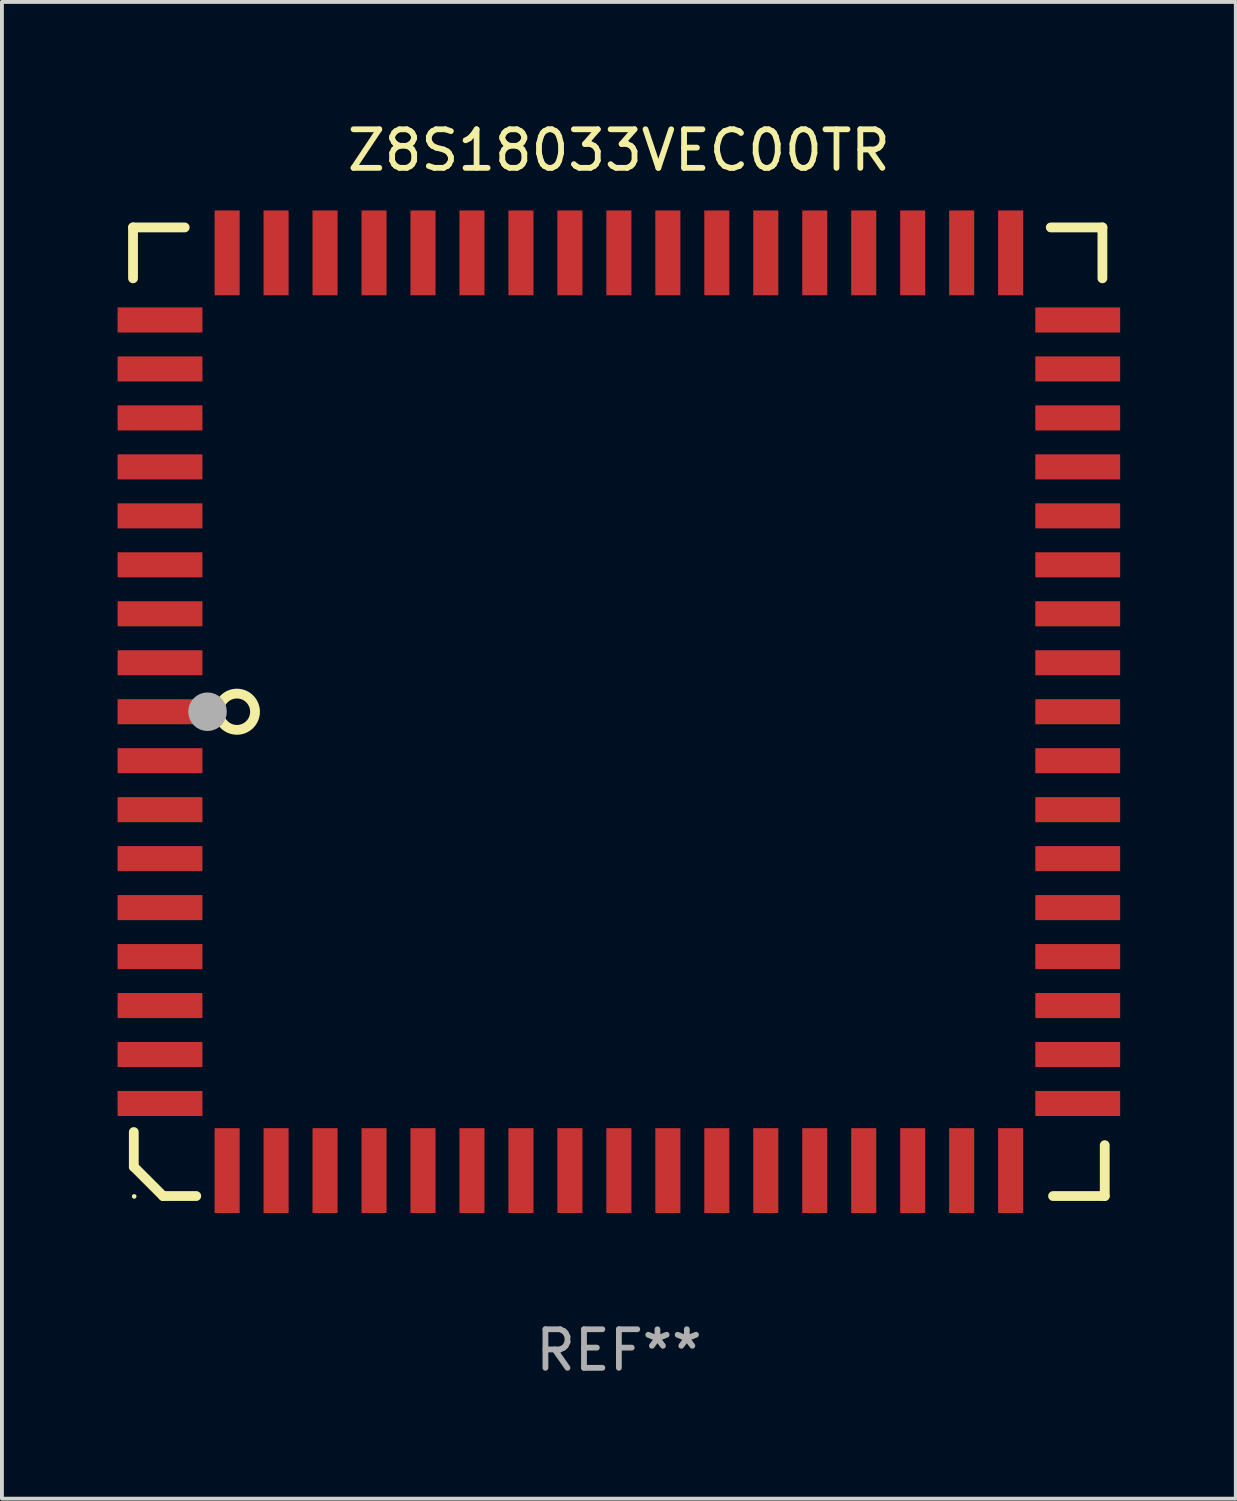
<source format=kicad_pcb>
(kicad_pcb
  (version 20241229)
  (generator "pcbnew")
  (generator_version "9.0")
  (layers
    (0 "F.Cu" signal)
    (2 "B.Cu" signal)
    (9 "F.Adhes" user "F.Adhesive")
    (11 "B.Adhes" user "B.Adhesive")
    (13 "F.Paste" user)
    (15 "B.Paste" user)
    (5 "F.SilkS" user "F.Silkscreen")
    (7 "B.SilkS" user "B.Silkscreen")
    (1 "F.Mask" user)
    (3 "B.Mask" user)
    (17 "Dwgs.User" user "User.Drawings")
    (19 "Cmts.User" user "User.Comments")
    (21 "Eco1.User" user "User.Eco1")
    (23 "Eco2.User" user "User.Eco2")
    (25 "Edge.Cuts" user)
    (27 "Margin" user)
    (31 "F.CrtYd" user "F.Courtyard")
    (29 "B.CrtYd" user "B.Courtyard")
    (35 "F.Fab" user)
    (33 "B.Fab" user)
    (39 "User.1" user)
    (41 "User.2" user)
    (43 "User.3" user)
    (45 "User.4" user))
  (footprint "Z8S18033VEC00TR"
    (layer "F.Cu")
    (at 13 15.408)
    (property "Reference" "Z8S18033VEC00TR" (at 0 -14.56 0) (layer "F.SilkS") (effects (font (size 1 1) (thickness 0.15))))
    (attr through_hole)
    (fp_line (start -12.6 -12.56) (end -12.6 -11.24) (stroke (width 0.254) (type solid)) (layer "F.SilkS"))
    (fp_line (start -12.58 10.9) (end -12.58 11.8) (stroke (width 0.254) (type solid)) (layer "F.SilkS"))
    (fp_line (start -12.58 11.8) (end -11.82 12.56) (stroke (width 0.254) (type solid)) (layer "F.SilkS"))
    (fp_line (start -11.82 12.56) (end -10.96 12.56) (stroke (width 0.254) (type solid)) (layer "F.SilkS"))
    (fp_line (start -11.26 -12.56) (end -12.6 -12.56) (stroke (width 0.254) (type solid)) (layer "F.SilkS"))
    (fp_line (start 11.2 -12.56) (end 12.54 -12.56) (stroke (width 0.254) (type solid)) (layer "F.SilkS"))
    (fp_line (start 11.26 12.56) (end 12.6 12.56) (stroke (width 0.254) (type solid)) (layer "F.SilkS"))
    (fp_line (start 12.54 -12.56) (end 12.54 -11.24) (stroke (width 0.254) (type solid)) (layer "F.SilkS"))
    (fp_line (start 12.6 12.56) (end 12.6 11.24) (stroke (width 0.254) (type solid)) (layer "F.SilkS"))
    (fp_circle (center -12.57 12.57) (end -12.54 12.57) (stroke (width 0.06) (type solid)) (fill no) (layer "F.SilkS"))
    (fp_circle (center -9.906 0) (end -9.436 0) (stroke (width 0.254) (type solid)) (fill no) (layer "F.SilkS"))
    (fp_circle (center -10.668 0) (end -10.418 0) (stroke (width 0.5) (type solid)) (fill no) (layer "F.Fab"))
    (fp_text user "REF**" (at 0 16.56 0) (layer "F.Fab") (effects (font (size 1 1) (thickness 0.15))))
    (pad "1" smd rect (at -11.9 -0.000076 270) (size 0.65 2.2) (layers "F.Cu" "F.Mask" "F.Paste"))
    (pad "2" smd rect (at -11.9 1.27 270) (size 0.65 2.2) (layers "F.Cu" "F.Mask" "F.Paste"))
    (pad "3" smd rect (at -11.9 2.54 270) (size 0.65 2.2) (layers "F.Cu" "F.Mask" "F.Paste"))
    (pad "4" smd rect (at -11.9 3.81 270) (size 0.65 2.2) (layers "F.Cu" "F.Mask" "F.Paste"))
    (pad "5" smd rect (at -11.9 5.08 270) (size 0.65 2.2) (layers "F.Cu" "F.Mask" "F.Paste"))
    (pad "6" smd rect (at -11.9 6.35 270) (size 0.65 2.2) (layers "F.Cu" "F.Mask" "F.Paste"))
    (pad "7" smd rect (at -11.9 7.62 270) (size 0.65 2.2) (layers "F.Cu" "F.Mask" "F.Paste"))
    (pad "8" smd rect (at -11.9 8.89 270) (size 0.65 2.2) (layers "F.Cu" "F.Mask" "F.Paste"))
    (pad "9" smd rect (at -11.9 10.16 270) (size 0.65 2.2) (layers "F.Cu" "F.Mask" "F.Paste"))
    (pad "10" smd rect (at -10.16 11.9 270) (size 2.2 0.65) (layers "F.Cu" "F.Mask" "F.Paste"))
    (pad "11" smd rect (at -8.89 11.9 270) (size 2.2 0.65) (layers "F.Cu" "F.Mask" "F.Paste"))
    (pad "12" smd rect (at -7.62 11.9 270) (size 2.2 0.65) (layers "F.Cu" "F.Mask" "F.Paste"))
    (pad "13" smd rect (at -6.35 11.9 270) (size 2.2 0.65) (layers "F.Cu" "F.Mask" "F.Paste"))
    (pad "14" smd rect (at -5.08 11.9 270) (size 2.2 0.65) (layers "F.Cu" "F.Mask" "F.Paste"))
    (pad "15" smd rect (at -3.81 11.9 270) (size 2.2 0.65) (layers "F.Cu" "F.Mask" "F.Paste"))
    (pad "16" smd rect (at -2.54 11.9 270) (size 2.2 0.65) (layers "F.Cu" "F.Mask" "F.Paste"))
    (pad "17" smd rect (at -1.27 11.9 270) (size 2.2 0.65) (layers "F.Cu" "F.Mask" "F.Paste"))
    (pad "18" smd rect (at 0 11.9 270) (size 2.2 0.65) (layers "F.Cu" "F.Mask" "F.Paste"))
    (pad "19" smd rect (at 1.27 11.9 270) (size 2.2 0.65) (layers "F.Cu" "F.Mask" "F.Paste"))
    (pad "20" smd rect (at 2.54 11.9 270) (size 2.2 0.65) (layers "F.Cu" "F.Mask" "F.Paste"))
    (pad "21" smd rect (at 3.81 11.9 270) (size 2.2 0.65) (layers "F.Cu" "F.Mask" "F.Paste"))
    (pad "22" smd rect (at 5.08 11.9 270) (size 2.2 0.65) (layers "F.Cu" "F.Mask" "F.Paste"))
    (pad "23" smd rect (at 6.35 11.9 270) (size 2.2 0.65) (layers "F.Cu" "F.Mask" "F.Paste"))
    (pad "24" smd rect (at 7.62 11.9 270) (size 2.2 0.65) (layers "F.Cu" "F.Mask" "F.Paste"))
    (pad "25" smd rect (at 8.89 11.9 270) (size 2.2 0.65) (layers "F.Cu" "F.Mask" "F.Paste"))
    (pad "26" smd rect (at 10.16 11.9 270) (size 2.2 0.65) (layers "F.Cu" "F.Mask" "F.Paste"))
    (pad "27" smd rect (at 11.9 10.16 270) (size 0.65 2.2) (layers "F.Cu" "F.Mask" "F.Paste"))
    (pad "28" smd rect (at 11.9 8.89 270) (size 0.65 2.2) (layers "F.Cu" "F.Mask" "F.Paste"))
    (pad "29" smd rect (at 11.9 7.62 270) (size 0.65 2.2) (layers "F.Cu" "F.Mask" "F.Paste"))
    (pad "30" smd rect (at 11.9 6.35 270) (size 0.65 2.2) (layers "F.Cu" "F.Mask" "F.Paste"))
    (pad "31" smd rect (at 11.9 5.08 270) (size 0.65 2.2) (layers "F.Cu" "F.Mask" "F.Paste"))
    (pad "32" smd rect (at 11.9 3.81 270) (size 0.65 2.2) (layers "F.Cu" "F.Mask" "F.Paste"))
    (pad "33" smd rect (at 11.9 2.54 270) (size 0.65 2.2) (layers "F.Cu" "F.Mask" "F.Paste"))
    (pad "34" smd rect (at 11.9 1.27 270) (size 0.65 2.2) (layers "F.Cu" "F.Mask" "F.Paste"))
    (pad "35" smd rect (at 11.9 -0.000076 270) (size 0.65 2.2) (layers "F.Cu" "F.Mask" "F.Paste"))
    (pad "36" smd rect (at 11.9 -1.27 270) (size 0.65 2.2) (layers "F.Cu" "F.Mask" "F.Paste"))
    (pad "37" smd rect (at 11.9 -2.54 270) (size 0.65 2.2) (layers "F.Cu" "F.Mask" "F.Paste"))
    (pad "38" smd rect (at 11.9 -3.81 270) (size 0.65 2.2) (layers "F.Cu" "F.Mask" "F.Paste"))
    (pad "39" smd rect (at 11.9 -5.08 270) (size 0.65 2.2) (layers "F.Cu" "F.Mask" "F.Paste"))
    (pad "40" smd rect (at 11.9 -6.35 270) (size 0.65 2.2) (layers "F.Cu" "F.Mask" "F.Paste"))
    (pad "41" smd rect (at 11.9 -7.62 270) (size 0.65 2.2) (layers "F.Cu" "F.Mask" "F.Paste"))
    (pad "42" smd rect (at 11.9 -8.89 270) (size 0.65 2.2) (layers "F.Cu" "F.Mask" "F.Paste"))
    (pad "43" smd rect (at 11.9 -10.16 270) (size 0.65 2.2) (layers "F.Cu" "F.Mask" "F.Paste"))
    (pad "44" smd rect (at 10.16 -11.9 270) (size 2.2 0.65) (layers "F.Cu" "F.Mask" "F.Paste"))
    (pad "45" smd rect (at 8.89 -11.9 270) (size 2.2 0.65) (layers "F.Cu" "F.Mask" "F.Paste"))
    (pad "46" smd rect (at 7.62 -11.9 270) (size 2.2 0.65) (layers "F.Cu" "F.Mask" "F.Paste"))
    (pad "47" smd rect (at 6.35 -11.9 270) (size 2.2 0.65) (layers "F.Cu" "F.Mask" "F.Paste"))
    (pad "48" smd rect (at 5.08 -11.9 270) (size 2.2 0.65) (layers "F.Cu" "F.Mask" "F.Paste"))
    (pad "49" smd rect (at 3.81 -11.9 270) (size 2.2 0.65) (layers "F.Cu" "F.Mask" "F.Paste"))
    (pad "50" smd rect (at 2.54 -11.9 270) (size 2.2 0.65) (layers "F.Cu" "F.Mask" "F.Paste"))
    (pad "51" smd rect (at 1.27 -11.9 270) (size 2.2 0.65) (layers "F.Cu" "F.Mask" "F.Paste"))
    (pad "52" smd rect (at 0 -11.9 270) (size 2.2 0.65) (layers "F.Cu" "F.Mask" "F.Paste"))
    (pad "53" smd rect (at -1.27 -11.9 270) (size 2.2 0.65) (layers "F.Cu" "F.Mask" "F.Paste"))
    (pad "54" smd rect (at -2.54 -11.9 270) (size 2.2 0.65) (layers "F.Cu" "F.Mask" "F.Paste"))
    (pad "55" smd rect (at -3.81 -11.9 270) (size 2.2 0.65) (layers "F.Cu" "F.Mask" "F.Paste"))
    (pad "56" smd rect (at -5.08 -11.9 270) (size 2.2 0.65) (layers "F.Cu" "F.Mask" "F.Paste"))
    (pad "57" smd rect (at -6.35 -11.9 270) (size 2.2 0.65) (layers "F.Cu" "F.Mask" "F.Paste"))
    (pad "58" smd rect (at -7.62 -11.9 270) (size 2.2 0.65) (layers "F.Cu" "F.Mask" "F.Paste"))
    (pad "59" smd rect (at -8.89 -11.9 270) (size 2.2 0.65) (layers "F.Cu" "F.Mask" "F.Paste"))
    (pad "60" smd rect (at -10.16 -11.9 270) (size 2.2 0.65) (layers "F.Cu" "F.Mask" "F.Paste"))
    (pad "61" smd rect (at -11.9 -10.16 270) (size 0.65 2.2) (layers "F.Cu" "F.Mask" "F.Paste"))
    (pad "62" smd rect (at -11.9 -8.89 270) (size 0.65 2.2) (layers "F.Cu" "F.Mask" "F.Paste"))
    (pad "63" smd rect (at -11.9 -7.62 270) (size 0.65 2.2) (layers "F.Cu" "F.Mask" "F.Paste"))
    (pad "64" smd rect (at -11.9 -6.35 270) (size 0.65 2.2) (layers "F.Cu" "F.Mask" "F.Paste"))
    (pad "65" smd rect (at -11.9 -5.08 270) (size 0.65 2.2) (layers "F.Cu" "F.Mask" "F.Paste"))
    (pad "66" smd rect (at -11.9 -3.81 270) (size 0.65 2.2) (layers "F.Cu" "F.Mask" "F.Paste"))
    (pad "67" smd rect (at -11.9 -2.54 270) (size 0.65 2.2) (layers "F.Cu" "F.Mask" "F.Paste"))
    (pad "68" smd rect (at -11.9 -1.27 270) (size 0.65 2.2) (layers "F.Cu" "F.Mask" "F.Paste")))
  (gr_rect
    (start -3 -3)
    (end 28.999 35.816)
    (stroke (width 0.1) (type default))
    (fill no)
    (layer "Edge.Cuts")))
</source>
